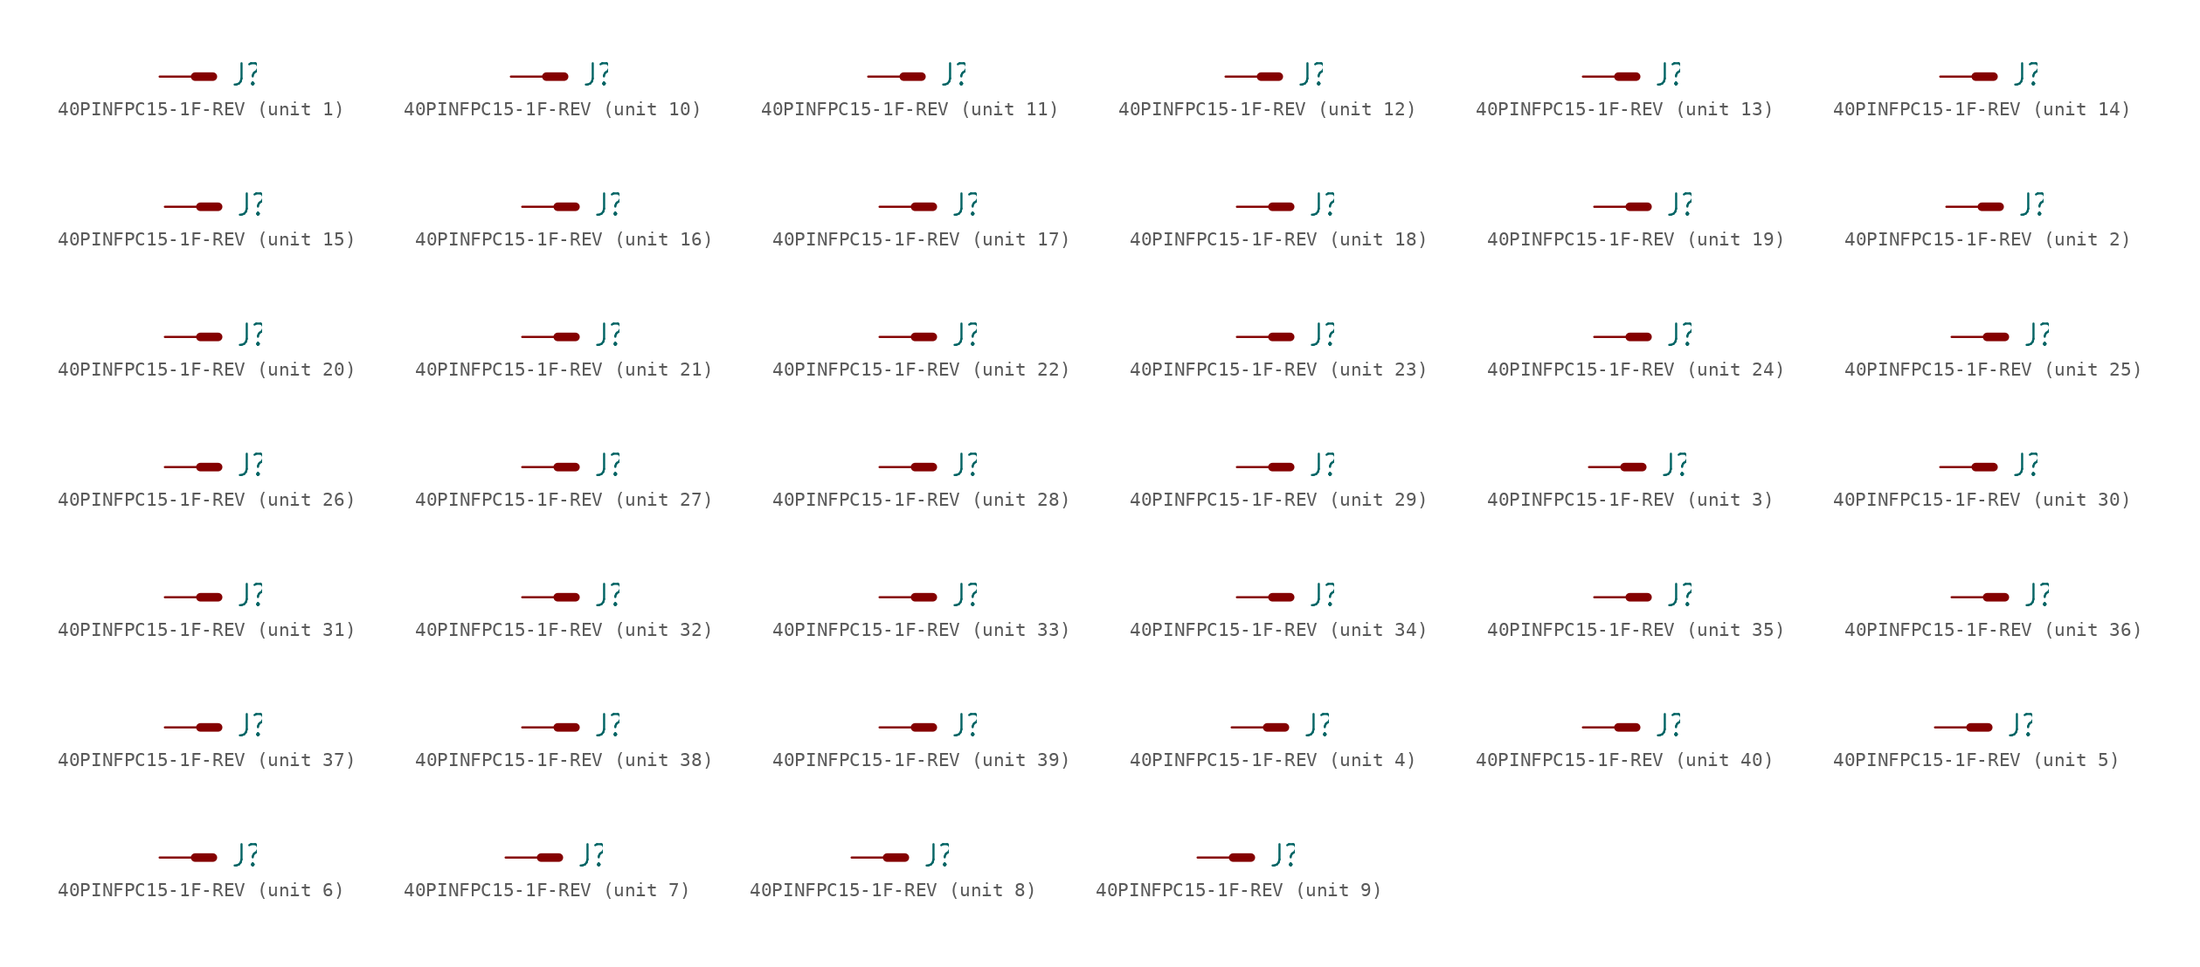
<source format=kicad_sym>
(kicad_symbol_lib
  (version 20241209)
  (generator "kicad_symbol_editor")
  (generator_version "9.0")
  (symbol "40PINFPC15-1F-REV"
    (property "Reference" "J"
      (at 2.54 -0.762 0)
      (effects (font (size 1.524 1.295)) (justify left bottom)))
    (property "ki_locked" ""
      (at 0 0 0)
      (effects (font (size 1.27 1.27))))
    (symbol "40PINFPC15-1F-REV_1_0"
      (polyline (pts (xy 0 0) (xy 1.27 0)) (stroke (width 0.61) (type solid)) (fill (type none)))
      (pin passive line (at -2.54 0 0) (length 2.54) (name "MSV" (effects (font (size 0 0)))) (number "1" (effects (font (size 0 0))))))
    (symbol "40PINFPC15-1F-REV_2_0"
      (polyline (pts (xy 0 0) (xy 1.27 0)) (stroke (width 0.61) (type solid)) (fill (type none)))
      (pin passive line (at -2.54 0 0) (length 2.54) (name "MS" (effects (font (size 0 0)))) (number "10" (effects (font (size 0 0))))))
    (symbol "40PINFPC15-1F-REV_3_0"
      (polyline (pts (xy 0 0) (xy 1.27 0)) (stroke (width 0.61) (type solid)) (fill (type none)))
      (pin passive line (at -2.54 0 0) (length 2.54) (name "MS" (effects (font (size 0 0)))) (number "11" (effects (font (size 0 0))))))
    (symbol "40PINFPC15-1F-REV_4_0"
      (polyline (pts (xy 0 0) (xy 1.27 0)) (stroke (width 0.61) (type solid)) (fill (type none)))
      (pin passive line (at -2.54 0 0) (length 2.54) (name "MS" (effects (font (size 0 0)))) (number "12" (effects (font (size 0 0))))))
    (symbol "40PINFPC15-1F-REV_5_0"
      (polyline (pts (xy 0 0) (xy 1.27 0)) (stroke (width 0.61) (type solid)) (fill (type none)))
      (pin passive line (at -2.54 0 0) (length 2.54) (name "MS" (effects (font (size 0 0)))) (number "13" (effects (font (size 0 0))))))
    (symbol "40PINFPC15-1F-REV_6_0"
      (polyline (pts (xy 0 0) (xy 1.27 0)) (stroke (width 0.61) (type solid)) (fill (type none)))
      (pin passive line (at -2.54 0 0) (length 2.54) (name "MS" (effects (font (size 0 0)))) (number "14" (effects (font (size 0 0))))))
    (symbol "40PINFPC15-1F-REV_7_0"
      (polyline (pts (xy 0 0) (xy 1.27 0)) (stroke (width 0.61) (type solid)) (fill (type none)))
      (pin passive line (at -2.54 0 0) (length 2.54) (name "MS" (effects (font (size 0 0)))) (number "15" (effects (font (size 0 0))))))
    (symbol "40PINFPC15-1F-REV_8_0"
      (polyline (pts (xy 0 0) (xy 1.27 0)) (stroke (width 0.61) (type solid)) (fill (type none)))
      (pin passive line (at -2.54 0 0) (length 2.54) (name "MS" (effects (font (size 0 0)))) (number "16" (effects (font (size 0 0))))))
    (symbol "40PINFPC15-1F-REV_9_0"
      (polyline (pts (xy 0 0) (xy 1.27 0)) (stroke (width 0.61) (type solid)) (fill (type none)))
      (pin passive line (at -2.54 0 0) (length 2.54) (name "MS" (effects (font (size 0 0)))) (number "17" (effects (font (size 0 0))))))
    (symbol "40PINFPC15-1F-REV_10_0"
      (polyline (pts (xy 0 0) (xy 1.27 0)) (stroke (width 0.61) (type solid)) (fill (type none)))
      (pin passive line (at -2.54 0 0) (length 2.54) (name "MS" (effects (font (size 0 0)))) (number "18" (effects (font (size 0 0))))))
    (symbol "40PINFPC15-1F-REV_11_0"
      (polyline (pts (xy 0 0) (xy 1.27 0)) (stroke (width 0.61) (type solid)) (fill (type none)))
      (pin passive line (at -2.54 0 0) (length 2.54) (name "MS" (effects (font (size 0 0)))) (number "19" (effects (font (size 0 0))))))
    (symbol "40PINFPC15-1F-REV_12_0"
      (polyline (pts (xy 0 0) (xy 1.27 0)) (stroke (width 0.61) (type solid)) (fill (type none)))
      (pin passive line (at -2.54 0 0) (length 2.54) (name "MS" (effects (font (size 0 0)))) (number "2" (effects (font (size 0 0))))))
    (symbol "40PINFPC15-1F-REV_13_0"
      (polyline (pts (xy 0 0) (xy 1.27 0)) (stroke (width 0.61) (type solid)) (fill (type none)))
      (pin passive line (at -2.54 0 0) (length 2.54) (name "MS" (effects (font (size 0 0)))) (number "20" (effects (font (size 0 0))))))
    (symbol "40PINFPC15-1F-REV_14_0"
      (polyline (pts (xy 0 0) (xy 1.27 0)) (stroke (width 0.61) (type solid)) (fill (type none)))
      (pin passive line (at -2.54 0 0) (length 2.54) (name "MS" (effects (font (size 0 0)))) (number "21" (effects (font (size 0 0))))))
    (symbol "40PINFPC15-1F-REV_15_0"
      (polyline (pts (xy 0 0) (xy 1.27 0)) (stroke (width 0.61) (type solid)) (fill (type none)))
      (pin passive line (at -2.54 0 0) (length 2.54) (name "MS" (effects (font (size 0 0)))) (number "22" (effects (font (size 0 0))))))
    (symbol "40PINFPC15-1F-REV_16_0"
      (polyline (pts (xy 0 0) (xy 1.27 0)) (stroke (width 0.61) (type solid)) (fill (type none)))
      (pin passive line (at -2.54 0 0) (length 2.54) (name "MS" (effects (font (size 0 0)))) (number "23" (effects (font (size 0 0))))))
    (symbol "40PINFPC15-1F-REV_17_0"
      (polyline (pts (xy 0 0) (xy 1.27 0)) (stroke (width 0.61) (type solid)) (fill (type none)))
      (pin passive line (at -2.54 0 0) (length 2.54) (name "MS" (effects (font (size 0 0)))) (number "24" (effects (font (size 0 0))))))
    (symbol "40PINFPC15-1F-REV_18_0"
      (polyline (pts (xy 0 0) (xy 1.27 0)) (stroke (width 0.61) (type solid)) (fill (type none)))
      (pin passive line (at -2.54 0 0) (length 2.54) (name "MS" (effects (font (size 0 0)))) (number "25" (effects (font (size 0 0))))))
    (symbol "40PINFPC15-1F-REV_19_0"
      (polyline (pts (xy 0 0) (xy 1.27 0)) (stroke (width 0.61) (type solid)) (fill (type none)))
      (pin passive line (at -2.54 0 0) (length 2.54) (name "MS" (effects (font (size 0 0)))) (number "26" (effects (font (size 0 0))))))
    (symbol "40PINFPC15-1F-REV_20_0"
      (polyline (pts (xy 0 0) (xy 1.27 0)) (stroke (width 0.61) (type solid)) (fill (type none)))
      (pin passive line (at -2.54 0 0) (length 2.54) (name "MS" (effects (font (size 0 0)))) (number "27" (effects (font (size 0 0))))))
    (symbol "40PINFPC15-1F-REV_21_0"
      (polyline (pts (xy 0 0) (xy 1.27 0)) (stroke (width 0.61) (type solid)) (fill (type none)))
      (pin passive line (at -2.54 0 0) (length 2.54) (name "MS" (effects (font (size 0 0)))) (number "28" (effects (font (size 0 0))))))
    (symbol "40PINFPC15-1F-REV_22_0"
      (polyline (pts (xy 0 0) (xy 1.27 0)) (stroke (width 0.61) (type solid)) (fill (type none)))
      (pin passive line (at -2.54 0 0) (length 2.54) (name "MS" (effects (font (size 0 0)))) (number "29" (effects (font (size 0 0))))))
    (symbol "40PINFPC15-1F-REV_23_0"
      (polyline (pts (xy 0 0) (xy 1.27 0)) (stroke (width 0.61) (type solid)) (fill (type none)))
      (pin passive line (at -2.54 0 0) (length 2.54) (name "MS" (effects (font (size 0 0)))) (number "3" (effects (font (size 0 0))))))
    (symbol "40PINFPC15-1F-REV_24_0"
      (polyline (pts (xy 0 0) (xy 1.27 0)) (stroke (width 0.61) (type solid)) (fill (type none)))
      (pin passive line (at -2.54 0 0) (length 2.54) (name "MS" (effects (font (size 0 0)))) (number "30" (effects (font (size 0 0))))))
    (symbol "40PINFPC15-1F-REV_25_0"
      (polyline (pts (xy 0 0) (xy 1.27 0)) (stroke (width 0.61) (type solid)) (fill (type none)))
      (pin passive line (at -2.54 0 0) (length 2.54) (name "MS" (effects (font (size 0 0)))) (number "31" (effects (font (size 0 0))))))
    (symbol "40PINFPC15-1F-REV_26_0"
      (polyline (pts (xy 0 0) (xy 1.27 0)) (stroke (width 0.61) (type solid)) (fill (type none)))
      (pin passive line (at -2.54 0 0) (length 2.54) (name "MS" (effects (font (size 0 0)))) (number "32" (effects (font (size 0 0))))))
    (symbol "40PINFPC15-1F-REV_27_0"
      (polyline (pts (xy 0 0) (xy 1.27 0)) (stroke (width 0.61) (type solid)) (fill (type none)))
      (pin passive line (at -2.54 0 0) (length 2.54) (name "MS" (effects (font (size 0 0)))) (number "33" (effects (font (size 0 0))))))
    (symbol "40PINFPC15-1F-REV_28_0"
      (polyline (pts (xy 0 0) (xy 1.27 0)) (stroke (width 0.61) (type solid)) (fill (type none)))
      (pin passive line (at -2.54 0 0) (length 2.54) (name "MS" (effects (font (size 0 0)))) (number "34" (effects (font (size 0 0))))))
    (symbol "40PINFPC15-1F-REV_29_0"
      (polyline (pts (xy 0 0) (xy 1.27 0)) (stroke (width 0.61) (type solid)) (fill (type none)))
      (pin passive line (at -2.54 0 0) (length 2.54) (name "MS" (effects (font (size 0 0)))) (number "35" (effects (font (size 0 0))))))
    (symbol "40PINFPC15-1F-REV_30_0"
      (polyline (pts (xy 0 0) (xy 1.27 0)) (stroke (width 0.61) (type solid)) (fill (type none)))
      (pin passive line (at -2.54 0 0) (length 2.54) (name "MS" (effects (font (size 0 0)))) (number "36" (effects (font (size 0 0))))))
    (symbol "40PINFPC15-1F-REV_31_0"
      (polyline (pts (xy 0 0) (xy 1.27 0)) (stroke (width 0.61) (type solid)) (fill (type none)))
      (pin passive line (at -2.54 0 0) (length 2.54) (name "MS" (effects (font (size 0 0)))) (number "37" (effects (font (size 0 0))))))
    (symbol "40PINFPC15-1F-REV_32_0"
      (polyline (pts (xy 0 0) (xy 1.27 0)) (stroke (width 0.61) (type solid)) (fill (type none)))
      (pin passive line (at -2.54 0 0) (length 2.54) (name "MS" (effects (font (size 0 0)))) (number "38" (effects (font (size 0 0))))))
    (symbol "40PINFPC15-1F-REV_33_0"
      (polyline (pts (xy 0 0) (xy 1.27 0)) (stroke (width 0.61) (type solid)) (fill (type none)))
      (pin passive line (at -2.54 0 0) (length 2.54) (name "MS" (effects (font (size 0 0)))) (number "39" (effects (font (size 0 0))))))
    (symbol "40PINFPC15-1F-REV_34_0"
      (polyline (pts (xy 0 0) (xy 1.27 0)) (stroke (width 0.61) (type solid)) (fill (type none)))
      (pin passive line (at -2.54 0 0) (length 2.54) (name "MS" (effects (font (size 0 0)))) (number "4" (effects (font (size 0 0))))))
    (symbol "40PINFPC15-1F-REV_35_0"
      (polyline (pts (xy 0 0) (xy 1.27 0)) (stroke (width 0.61) (type solid)) (fill (type none)))
      (pin passive line (at -2.54 0 0) (length 2.54) (name "MS" (effects (font (size 0 0)))) (number "40" (effects (font (size 0 0))))))
    (symbol "40PINFPC15-1F-REV_36_0"
      (polyline (pts (xy 0 0) (xy 1.27 0)) (stroke (width 0.61) (type solid)) (fill (type none)))
      (pin passive line (at -2.54 0 0) (length 2.54) (name "MS" (effects (font (size 0 0)))) (number "5" (effects (font (size 0 0))))))
    (symbol "40PINFPC15-1F-REV_37_0"
      (polyline (pts (xy 0 0) (xy 1.27 0)) (stroke (width 0.61) (type solid)) (fill (type none)))
      (pin passive line (at -2.54 0 0) (length 2.54) (name "MS" (effects (font (size 0 0)))) (number "6" (effects (font (size 0 0))))))
    (symbol "40PINFPC15-1F-REV_38_0"
      (polyline (pts (xy 0 0) (xy 1.27 0)) (stroke (width 0.61) (type solid)) (fill (type none)))
      (pin passive line (at -2.54 0 0) (length 2.54) (name "MS" (effects (font (size 0 0)))) (number "7" (effects (font (size 0 0))))))
    (symbol "40PINFPC15-1F-REV_39_0"
      (polyline (pts (xy 0 0) (xy 1.27 0)) (stroke (width 0.61) (type solid)) (fill (type none)))
      (pin passive line (at -2.54 0 0) (length 2.54) (name "MS" (effects (font (size 0 0)))) (number "8" (effects (font (size 0 0))))))
    (symbol "40PINFPC15-1F-REV_40_0"
      (polyline (pts (xy 0 0) (xy 1.27 0)) (stroke (width 0.61) (type solid)) (fill (type none)))
      (pin passive line (at -2.54 0 0) (length 2.54) (name "MS" (effects (font (size 0 0)))) (number "9" (effects (font (size 0 0))))))))
</source>
